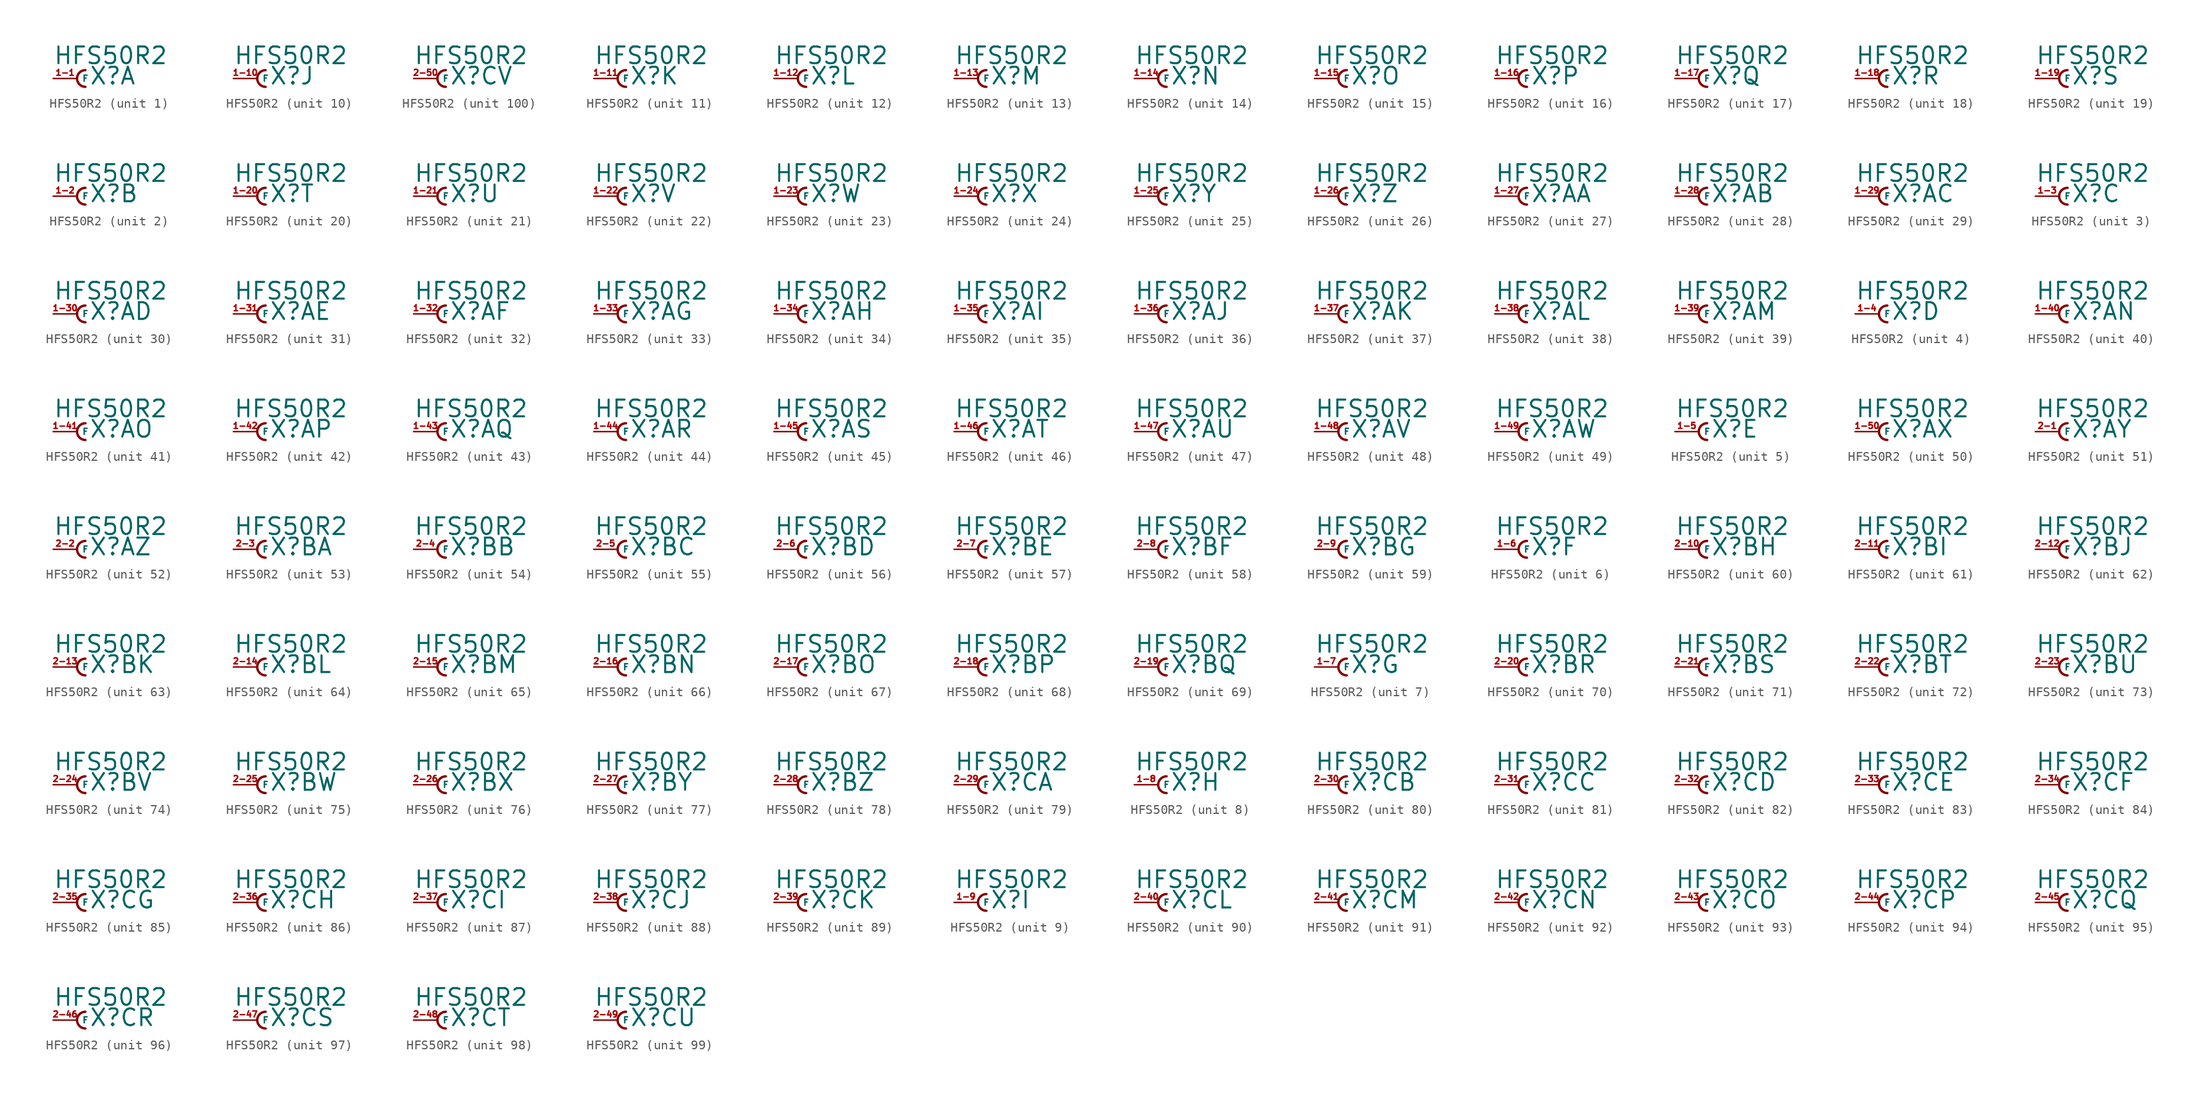
<source format=kicad_sym>
(kicad_symbol_lib
  (version 20220914)
  (generator Eagle2Kicad)
  (symbol "HFS50R2"
    (property "Reference" "X"
      (at 1.27 -0.762 0)
      (effects (font (size 1.778 1.778) (thickness 0.22)) (justify left bottom)))
    (property "Value" "HFS50R2"
      (at -2.54 1.397 0)
      (effects (font (size 1.778 1.778) (thickness 0.22)) (justify left bottom)))
    (symbol "HFS50R2_1_0"
      (arc (start 0.889 0.889) (mid 0.000 0.000) (end 0.889 -0.889) (stroke (width 0.254) (type default)) (fill (type none)))
      (pin passive line (at -2.54 0 0) (length 2.54) (name "F" (effects (font (size 0.635 0.635) (thickness 0.08)) (justify left bottom))) (number "1-1" (effects (font (size 0.635 0.635) (thickness 0.08)) (justify left bottom)))))
    (symbol "HFS50R2_2_0"
      (arc (start 0.889 0.889) (mid 0.000 0.000) (end 0.889 -0.889) (stroke (width 0.254) (type default)) (fill (type none)))
      (pin passive line (at -2.54 0 0) (length 2.54) (name "F" (effects (font (size 0.635 0.635) (thickness 0.08)) (justify left bottom))) (number "1-2" (effects (font (size 0.635 0.635) (thickness 0.08)) (justify left bottom)))))
    (symbol "HFS50R2_3_0"
      (arc (start 0.889 0.889) (mid 0.000 0.000) (end 0.889 -0.889) (stroke (width 0.254) (type default)) (fill (type none)))
      (pin passive line (at -2.54 0 0) (length 2.54) (name "F" (effects (font (size 0.635 0.635) (thickness 0.08)) (justify left bottom))) (number "1-3" (effects (font (size 0.635 0.635) (thickness 0.08)) (justify left bottom)))))
    (symbol "HFS50R2_4_0"
      (arc (start 0.889 0.889) (mid 0.000 0.000) (end 0.889 -0.889) (stroke (width 0.254) (type default)) (fill (type none)))
      (pin passive line (at -2.54 0 0) (length 2.54) (name "F" (effects (font (size 0.635 0.635) (thickness 0.08)) (justify left bottom))) (number "1-4" (effects (font (size 0.635 0.635) (thickness 0.08)) (justify left bottom)))))
    (symbol "HFS50R2_5_0"
      (arc (start 0.889 0.889) (mid 0.000 0.000) (end 0.889 -0.889) (stroke (width 0.254) (type default)) (fill (type none)))
      (pin passive line (at -2.54 0 0) (length 2.54) (name "F" (effects (font (size 0.635 0.635) (thickness 0.08)) (justify left bottom))) (number "1-5" (effects (font (size 0.635 0.635) (thickness 0.08)) (justify left bottom)))))
    (symbol "HFS50R2_6_0"
      (arc (start 0.889 0.889) (mid 0.000 0.000) (end 0.889 -0.889) (stroke (width 0.254) (type default)) (fill (type none)))
      (pin passive line (at -2.54 0 0) (length 2.54) (name "F" (effects (font (size 0.635 0.635) (thickness 0.08)) (justify left bottom))) (number "1-6" (effects (font (size 0.635 0.635) (thickness 0.08)) (justify left bottom)))))
    (symbol "HFS50R2_7_0"
      (arc (start 0.889 0.889) (mid 0.000 0.000) (end 0.889 -0.889) (stroke (width 0.254) (type default)) (fill (type none)))
      (pin passive line (at -2.54 0 0) (length 2.54) (name "F" (effects (font (size 0.635 0.635) (thickness 0.08)) (justify left bottom))) (number "1-7" (effects (font (size 0.635 0.635) (thickness 0.08)) (justify left bottom)))))
    (symbol "HFS50R2_8_0"
      (arc (start 0.889 0.889) (mid 0.000 0.000) (end 0.889 -0.889) (stroke (width 0.254) (type default)) (fill (type none)))
      (pin passive line (at -2.54 0 0) (length 2.54) (name "F" (effects (font (size 0.635 0.635) (thickness 0.08)) (justify left bottom))) (number "1-8" (effects (font (size 0.635 0.635) (thickness 0.08)) (justify left bottom)))))
    (symbol "HFS50R2_9_0"
      (arc (start 0.889 0.889) (mid 0.000 0.000) (end 0.889 -0.889) (stroke (width 0.254) (type default)) (fill (type none)))
      (pin passive line (at -2.54 0 0) (length 2.54) (name "F" (effects (font (size 0.635 0.635) (thickness 0.08)) (justify left bottom))) (number "1-9" (effects (font (size 0.635 0.635) (thickness 0.08)) (justify left bottom)))))
    (symbol "HFS50R2_10_0"
      (arc (start 0.889 0.889) (mid 0.000 0.000) (end 0.889 -0.889) (stroke (width 0.254) (type default)) (fill (type none)))
      (pin passive line (at -2.54 0 0) (length 2.54) (name "F" (effects (font (size 0.635 0.635) (thickness 0.08)) (justify left bottom))) (number "1-10" (effects (font (size 0.635 0.635) (thickness 0.08)) (justify left bottom)))))
    (symbol "HFS50R2_11_0"
      (arc (start 0.889 0.889) (mid 0.000 0.000) (end 0.889 -0.889) (stroke (width 0.254) (type default)) (fill (type none)))
      (pin passive line (at -2.54 0 0) (length 2.54) (name "F" (effects (font (size 0.635 0.635) (thickness 0.08)) (justify left bottom))) (number "1-11" (effects (font (size 0.635 0.635) (thickness 0.08)) (justify left bottom)))))
    (symbol "HFS50R2_12_0"
      (arc (start 0.889 0.889) (mid 0.000 0.000) (end 0.889 -0.889) (stroke (width 0.254) (type default)) (fill (type none)))
      (pin passive line (at -2.54 0 0) (length 2.54) (name "F" (effects (font (size 0.635 0.635) (thickness 0.08)) (justify left bottom))) (number "1-12" (effects (font (size 0.635 0.635) (thickness 0.08)) (justify left bottom)))))
    (symbol "HFS50R2_13_0"
      (arc (start 0.889 0.889) (mid 0.000 0.000) (end 0.889 -0.889) (stroke (width 0.254) (type default)) (fill (type none)))
      (pin passive line (at -2.54 0 0) (length 2.54) (name "F" (effects (font (size 0.635 0.635) (thickness 0.08)) (justify left bottom))) (number "1-13" (effects (font (size 0.635 0.635) (thickness 0.08)) (justify left bottom)))))
    (symbol "HFS50R2_14_0"
      (arc (start 0.889 0.889) (mid 0.000 0.000) (end 0.889 -0.889) (stroke (width 0.254) (type default)) (fill (type none)))
      (pin passive line (at -2.54 0 0) (length 2.54) (name "F" (effects (font (size 0.635 0.635) (thickness 0.08)) (justify left bottom))) (number "1-14" (effects (font (size 0.635 0.635) (thickness 0.08)) (justify left bottom)))))
    (symbol "HFS50R2_15_0"
      (arc (start 0.889 0.889) (mid 0.000 0.000) (end 0.889 -0.889) (stroke (width 0.254) (type default)) (fill (type none)))
      (pin passive line (at -2.54 0 0) (length 2.54) (name "F" (effects (font (size 0.635 0.635) (thickness 0.08)) (justify left bottom))) (number "1-15" (effects (font (size 0.635 0.635) (thickness 0.08)) (justify left bottom)))))
    (symbol "HFS50R2_16_0"
      (arc (start 0.889 0.889) (mid 0.000 0.000) (end 0.889 -0.889) (stroke (width 0.254) (type default)) (fill (type none)))
      (pin passive line (at -2.54 0 0) (length 2.54) (name "F" (effects (font (size 0.635 0.635) (thickness 0.08)) (justify left bottom))) (number "1-16" (effects (font (size 0.635 0.635) (thickness 0.08)) (justify left bottom)))))
    (symbol "HFS50R2_17_0"
      (arc (start 0.889 0.889) (mid 0.000 0.000) (end 0.889 -0.889) (stroke (width 0.254) (type default)) (fill (type none)))
      (pin passive line (at -2.54 0 0) (length 2.54) (name "F" (effects (font (size 0.635 0.635) (thickness 0.08)) (justify left bottom))) (number "1-17" (effects (font (size 0.635 0.635) (thickness 0.08)) (justify left bottom)))))
    (symbol "HFS50R2_18_0"
      (arc (start 0.889 0.889) (mid 0.000 0.000) (end 0.889 -0.889) (stroke (width 0.254) (type default)) (fill (type none)))
      (pin passive line (at -2.54 0 0) (length 2.54) (name "F" (effects (font (size 0.635 0.635) (thickness 0.08)) (justify left bottom))) (number "1-18" (effects (font (size 0.635 0.635) (thickness 0.08)) (justify left bottom)))))
    (symbol "HFS50R2_19_0"
      (arc (start 0.889 0.889) (mid 0.000 0.000) (end 0.889 -0.889) (stroke (width 0.254) (type default)) (fill (type none)))
      (pin passive line (at -2.54 0 0) (length 2.54) (name "F" (effects (font (size 0.635 0.635) (thickness 0.08)) (justify left bottom))) (number "1-19" (effects (font (size 0.635 0.635) (thickness 0.08)) (justify left bottom)))))
    (symbol "HFS50R2_20_0"
      (arc (start 0.889 0.889) (mid 0.000 0.000) (end 0.889 -0.889) (stroke (width 0.254) (type default)) (fill (type none)))
      (pin passive line (at -2.54 0 0) (length 2.54) (name "F" (effects (font (size 0.635 0.635) (thickness 0.08)) (justify left bottom))) (number "1-20" (effects (font (size 0.635 0.635) (thickness 0.08)) (justify left bottom)))))
    (symbol "HFS50R2_21_0"
      (arc (start 0.889 0.889) (mid 0.000 0.000) (end 0.889 -0.889) (stroke (width 0.254) (type default)) (fill (type none)))
      (pin passive line (at -2.54 0 0) (length 2.54) (name "F" (effects (font (size 0.635 0.635) (thickness 0.08)) (justify left bottom))) (number "1-21" (effects (font (size 0.635 0.635) (thickness 0.08)) (justify left bottom)))))
    (symbol "HFS50R2_22_0"
      (arc (start 0.889 0.889) (mid 0.000 0.000) (end 0.889 -0.889) (stroke (width 0.254) (type default)) (fill (type none)))
      (pin passive line (at -2.54 0 0) (length 2.54) (name "F" (effects (font (size 0.635 0.635) (thickness 0.08)) (justify left bottom))) (number "1-22" (effects (font (size 0.635 0.635) (thickness 0.08)) (justify left bottom)))))
    (symbol "HFS50R2_23_0"
      (arc (start 0.889 0.889) (mid 0.000 0.000) (end 0.889 -0.889) (stroke (width 0.254) (type default)) (fill (type none)))
      (pin passive line (at -2.54 0 0) (length 2.54) (name "F" (effects (font (size 0.635 0.635) (thickness 0.08)) (justify left bottom))) (number "1-23" (effects (font (size 0.635 0.635) (thickness 0.08)) (justify left bottom)))))
    (symbol "HFS50R2_24_0"
      (arc (start 0.889 0.889) (mid 0.000 0.000) (end 0.889 -0.889) (stroke (width 0.254) (type default)) (fill (type none)))
      (pin passive line (at -2.54 0 0) (length 2.54) (name "F" (effects (font (size 0.635 0.635) (thickness 0.08)) (justify left bottom))) (number "1-24" (effects (font (size 0.635 0.635) (thickness 0.08)) (justify left bottom)))))
    (symbol "HFS50R2_25_0"
      (arc (start 0.889 0.889) (mid 0.000 0.000) (end 0.889 -0.889) (stroke (width 0.254) (type default)) (fill (type none)))
      (pin passive line (at -2.54 0 0) (length 2.54) (name "F" (effects (font (size 0.635 0.635) (thickness 0.08)) (justify left bottom))) (number "1-25" (effects (font (size 0.635 0.635) (thickness 0.08)) (justify left bottom)))))
    (symbol "HFS50R2_26_0"
      (arc (start 0.889 0.889) (mid 0.000 0.000) (end 0.889 -0.889) (stroke (width 0.254) (type default)) (fill (type none)))
      (pin passive line (at -2.54 0 0) (length 2.54) (name "F" (effects (font (size 0.635 0.635) (thickness 0.08)) (justify left bottom))) (number "1-26" (effects (font (size 0.635 0.635) (thickness 0.08)) (justify left bottom)))))
    (symbol "HFS50R2_27_0"
      (arc (start 0.889 0.889) (mid 0.000 0.000) (end 0.889 -0.889) (stroke (width 0.254) (type default)) (fill (type none)))
      (pin passive line (at -2.54 0 0) (length 2.54) (name "F" (effects (font (size 0.635 0.635) (thickness 0.08)) (justify left bottom))) (number "1-27" (effects (font (size 0.635 0.635) (thickness 0.08)) (justify left bottom)))))
    (symbol "HFS50R2_28_0"
      (arc (start 0.889 0.889) (mid 0.000 0.000) (end 0.889 -0.889) (stroke (width 0.254) (type default)) (fill (type none)))
      (pin passive line (at -2.54 0 0) (length 2.54) (name "F" (effects (font (size 0.635 0.635) (thickness 0.08)) (justify left bottom))) (number "1-28" (effects (font (size 0.635 0.635) (thickness 0.08)) (justify left bottom)))))
    (symbol "HFS50R2_29_0"
      (arc (start 0.889 0.889) (mid 0.000 0.000) (end 0.889 -0.889) (stroke (width 0.254) (type default)) (fill (type none)))
      (pin passive line (at -2.54 0 0) (length 2.54) (name "F" (effects (font (size 0.635 0.635) (thickness 0.08)) (justify left bottom))) (number "1-29" (effects (font (size 0.635 0.635) (thickness 0.08)) (justify left bottom)))))
    (symbol "HFS50R2_30_0"
      (arc (start 0.889 0.889) (mid 0.000 0.000) (end 0.889 -0.889) (stroke (width 0.254) (type default)) (fill (type none)))
      (pin passive line (at -2.54 0 0) (length 2.54) (name "F" (effects (font (size 0.635 0.635) (thickness 0.08)) (justify left bottom))) (number "1-30" (effects (font (size 0.635 0.635) (thickness 0.08)) (justify left bottom)))))
    (symbol "HFS50R2_31_0"
      (arc (start 0.889 0.889) (mid 0.000 0.000) (end 0.889 -0.889) (stroke (width 0.254) (type default)) (fill (type none)))
      (pin passive line (at -2.54 0 0) (length 2.54) (name "F" (effects (font (size 0.635 0.635) (thickness 0.08)) (justify left bottom))) (number "1-31" (effects (font (size 0.635 0.635) (thickness 0.08)) (justify left bottom)))))
    (symbol "HFS50R2_32_0"
      (arc (start 0.889 0.889) (mid 0.000 0.000) (end 0.889 -0.889) (stroke (width 0.254) (type default)) (fill (type none)))
      (pin passive line (at -2.54 0 0) (length 2.54) (name "F" (effects (font (size 0.635 0.635) (thickness 0.08)) (justify left bottom))) (number "1-32" (effects (font (size 0.635 0.635) (thickness 0.08)) (justify left bottom)))))
    (symbol "HFS50R2_33_0"
      (arc (start 0.889 0.889) (mid 0.000 0.000) (end 0.889 -0.889) (stroke (width 0.254) (type default)) (fill (type none)))
      (pin passive line (at -2.54 0 0) (length 2.54) (name "F" (effects (font (size 0.635 0.635) (thickness 0.08)) (justify left bottom))) (number "1-33" (effects (font (size 0.635 0.635) (thickness 0.08)) (justify left bottom)))))
    (symbol "HFS50R2_34_0"
      (arc (start 0.889 0.889) (mid 0.000 0.000) (end 0.889 -0.889) (stroke (width 0.254) (type default)) (fill (type none)))
      (pin passive line (at -2.54 0 0) (length 2.54) (name "F" (effects (font (size 0.635 0.635) (thickness 0.08)) (justify left bottom))) (number "1-34" (effects (font (size 0.635 0.635) (thickness 0.08)) (justify left bottom)))))
    (symbol "HFS50R2_35_0"
      (arc (start 0.889 0.889) (mid 0.000 0.000) (end 0.889 -0.889) (stroke (width 0.254) (type default)) (fill (type none)))
      (pin passive line (at -2.54 0 0) (length 2.54) (name "F" (effects (font (size 0.635 0.635) (thickness 0.08)) (justify left bottom))) (number "1-35" (effects (font (size 0.635 0.635) (thickness 0.08)) (justify left bottom)))))
    (symbol "HFS50R2_36_0"
      (arc (start 0.889 0.889) (mid 0.000 0.000) (end 0.889 -0.889) (stroke (width 0.254) (type default)) (fill (type none)))
      (pin passive line (at -2.54 0 0) (length 2.54) (name "F" (effects (font (size 0.635 0.635) (thickness 0.08)) (justify left bottom))) (number "1-36" (effects (font (size 0.635 0.635) (thickness 0.08)) (justify left bottom)))))
    (symbol "HFS50R2_37_0"
      (arc (start 0.889 0.889) (mid 0.000 0.000) (end 0.889 -0.889) (stroke (width 0.254) (type default)) (fill (type none)))
      (pin passive line (at -2.54 0 0) (length 2.54) (name "F" (effects (font (size 0.635 0.635) (thickness 0.08)) (justify left bottom))) (number "1-37" (effects (font (size 0.635 0.635) (thickness 0.08)) (justify left bottom)))))
    (symbol "HFS50R2_38_0"
      (arc (start 0.889 0.889) (mid 0.000 0.000) (end 0.889 -0.889) (stroke (width 0.254) (type default)) (fill (type none)))
      (pin passive line (at -2.54 0 0) (length 2.54) (name "F" (effects (font (size 0.635 0.635) (thickness 0.08)) (justify left bottom))) (number "1-38" (effects (font (size 0.635 0.635) (thickness 0.08)) (justify left bottom)))))
    (symbol "HFS50R2_39_0"
      (arc (start 0.889 0.889) (mid 0.000 0.000) (end 0.889 -0.889) (stroke (width 0.254) (type default)) (fill (type none)))
      (pin passive line (at -2.54 0 0) (length 2.54) (name "F" (effects (font (size 0.635 0.635) (thickness 0.08)) (justify left bottom))) (number "1-39" (effects (font (size 0.635 0.635) (thickness 0.08)) (justify left bottom)))))
    (symbol "HFS50R2_40_0"
      (arc (start 0.889 0.889) (mid 0.000 0.000) (end 0.889 -0.889) (stroke (width 0.254) (type default)) (fill (type none)))
      (pin passive line (at -2.54 0 0) (length 2.54) (name "F" (effects (font (size 0.635 0.635) (thickness 0.08)) (justify left bottom))) (number "1-40" (effects (font (size 0.635 0.635) (thickness 0.08)) (justify left bottom)))))
    (symbol "HFS50R2_41_0"
      (arc (start 0.889 0.889) (mid 0.000 0.000) (end 0.889 -0.889) (stroke (width 0.254) (type default)) (fill (type none)))
      (pin passive line (at -2.54 0 0) (length 2.54) (name "F" (effects (font (size 0.635 0.635) (thickness 0.08)) (justify left bottom))) (number "1-41" (effects (font (size 0.635 0.635) (thickness 0.08)) (justify left bottom)))))
    (symbol "HFS50R2_42_0"
      (arc (start 0.889 0.889) (mid 0.000 0.000) (end 0.889 -0.889) (stroke (width 0.254) (type default)) (fill (type none)))
      (pin passive line (at -2.54 0 0) (length 2.54) (name "F" (effects (font (size 0.635 0.635) (thickness 0.08)) (justify left bottom))) (number "1-42" (effects (font (size 0.635 0.635) (thickness 0.08)) (justify left bottom)))))
    (symbol "HFS50R2_43_0"
      (arc (start 0.889 0.889) (mid 0.000 0.000) (end 0.889 -0.889) (stroke (width 0.254) (type default)) (fill (type none)))
      (pin passive line (at -2.54 0 0) (length 2.54) (name "F" (effects (font (size 0.635 0.635) (thickness 0.08)) (justify left bottom))) (number "1-43" (effects (font (size 0.635 0.635) (thickness 0.08)) (justify left bottom)))))
    (symbol "HFS50R2_44_0"
      (arc (start 0.889 0.889) (mid 0.000 0.000) (end 0.889 -0.889) (stroke (width 0.254) (type default)) (fill (type none)))
      (pin passive line (at -2.54 0 0) (length 2.54) (name "F" (effects (font (size 0.635 0.635) (thickness 0.08)) (justify left bottom))) (number "1-44" (effects (font (size 0.635 0.635) (thickness 0.08)) (justify left bottom)))))
    (symbol "HFS50R2_45_0"
      (arc (start 0.889 0.889) (mid 0.000 0.000) (end 0.889 -0.889) (stroke (width 0.254) (type default)) (fill (type none)))
      (pin passive line (at -2.54 0 0) (length 2.54) (name "F" (effects (font (size 0.635 0.635) (thickness 0.08)) (justify left bottom))) (number "1-45" (effects (font (size 0.635 0.635) (thickness 0.08)) (justify left bottom)))))
    (symbol "HFS50R2_46_0"
      (arc (start 0.889 0.889) (mid 0.000 0.000) (end 0.889 -0.889) (stroke (width 0.254) (type default)) (fill (type none)))
      (pin passive line (at -2.54 0 0) (length 2.54) (name "F" (effects (font (size 0.635 0.635) (thickness 0.08)) (justify left bottom))) (number "1-46" (effects (font (size 0.635 0.635) (thickness 0.08)) (justify left bottom)))))
    (symbol "HFS50R2_47_0"
      (arc (start 0.889 0.889) (mid 0.000 0.000) (end 0.889 -0.889) (stroke (width 0.254) (type default)) (fill (type none)))
      (pin passive line (at -2.54 0 0) (length 2.54) (name "F" (effects (font (size 0.635 0.635) (thickness 0.08)) (justify left bottom))) (number "1-47" (effects (font (size 0.635 0.635) (thickness 0.08)) (justify left bottom)))))
    (symbol "HFS50R2_48_0"
      (arc (start 0.889 0.889) (mid 0.000 0.000) (end 0.889 -0.889) (stroke (width 0.254) (type default)) (fill (type none)))
      (pin passive line (at -2.54 0 0) (length 2.54) (name "F" (effects (font (size 0.635 0.635) (thickness 0.08)) (justify left bottom))) (number "1-48" (effects (font (size 0.635 0.635) (thickness 0.08)) (justify left bottom)))))
    (symbol "HFS50R2_49_0"
      (arc (start 0.889 0.889) (mid 0.000 0.000) (end 0.889 -0.889) (stroke (width 0.254) (type default)) (fill (type none)))
      (pin passive line (at -2.54 0 0) (length 2.54) (name "F" (effects (font (size 0.635 0.635) (thickness 0.08)) (justify left bottom))) (number "1-49" (effects (font (size 0.635 0.635) (thickness 0.08)) (justify left bottom)))))
    (symbol "HFS50R2_50_0"
      (arc (start 0.889 0.889) (mid 0.000 0.000) (end 0.889 -0.889) (stroke (width 0.254) (type default)) (fill (type none)))
      (pin passive line (at -2.54 0 0) (length 2.54) (name "F" (effects (font (size 0.635 0.635) (thickness 0.08)) (justify left bottom))) (number "1-50" (effects (font (size 0.635 0.635) (thickness 0.08)) (justify left bottom)))))
    (symbol "HFS50R2_51_0"
      (arc (start 0.889 0.889) (mid 0.000 0.000) (end 0.889 -0.889) (stroke (width 0.254) (type default)) (fill (type none)))
      (pin passive line (at -2.54 0 0) (length 2.54) (name "F" (effects (font (size 0.635 0.635) (thickness 0.08)) (justify left bottom))) (number "2-1" (effects (font (size 0.635 0.635) (thickness 0.08)) (justify left bottom)))))
    (symbol "HFS50R2_52_0"
      (arc (start 0.889 0.889) (mid 0.000 0.000) (end 0.889 -0.889) (stroke (width 0.254) (type default)) (fill (type none)))
      (pin passive line (at -2.54 0 0) (length 2.54) (name "F" (effects (font (size 0.635 0.635) (thickness 0.08)) (justify left bottom))) (number "2-2" (effects (font (size 0.635 0.635) (thickness 0.08)) (justify left bottom)))))
    (symbol "HFS50R2_53_0"
      (arc (start 0.889 0.889) (mid 0.000 0.000) (end 0.889 -0.889) (stroke (width 0.254) (type default)) (fill (type none)))
      (pin passive line (at -2.54 0 0) (length 2.54) (name "F" (effects (font (size 0.635 0.635) (thickness 0.08)) (justify left bottom))) (number "2-3" (effects (font (size 0.635 0.635) (thickness 0.08)) (justify left bottom)))))
    (symbol "HFS50R2_54_0"
      (arc (start 0.889 0.889) (mid 0.000 0.000) (end 0.889 -0.889) (stroke (width 0.254) (type default)) (fill (type none)))
      (pin passive line (at -2.54 0 0) (length 2.54) (name "F" (effects (font (size 0.635 0.635) (thickness 0.08)) (justify left bottom))) (number "2-4" (effects (font (size 0.635 0.635) (thickness 0.08)) (justify left bottom)))))
    (symbol "HFS50R2_55_0"
      (arc (start 0.889 0.889) (mid 0.000 0.000) (end 0.889 -0.889) (stroke (width 0.254) (type default)) (fill (type none)))
      (pin passive line (at -2.54 0 0) (length 2.54) (name "F" (effects (font (size 0.635 0.635) (thickness 0.08)) (justify left bottom))) (number "2-5" (effects (font (size 0.635 0.635) (thickness 0.08)) (justify left bottom)))))
    (symbol "HFS50R2_56_0"
      (arc (start 0.889 0.889) (mid 0.000 0.000) (end 0.889 -0.889) (stroke (width 0.254) (type default)) (fill (type none)))
      (pin passive line (at -2.54 0 0) (length 2.54) (name "F" (effects (font (size 0.635 0.635) (thickness 0.08)) (justify left bottom))) (number "2-6" (effects (font (size 0.635 0.635) (thickness 0.08)) (justify left bottom)))))
    (symbol "HFS50R2_57_0"
      (arc (start 0.889 0.889) (mid 0.000 0.000) (end 0.889 -0.889) (stroke (width 0.254) (type default)) (fill (type none)))
      (pin passive line (at -2.54 0 0) (length 2.54) (name "F" (effects (font (size 0.635 0.635) (thickness 0.08)) (justify left bottom))) (number "2-7" (effects (font (size 0.635 0.635) (thickness 0.08)) (justify left bottom)))))
    (symbol "HFS50R2_58_0"
      (arc (start 0.889 0.889) (mid 0.000 0.000) (end 0.889 -0.889) (stroke (width 0.254) (type default)) (fill (type none)))
      (pin passive line (at -2.54 0 0) (length 2.54) (name "F" (effects (font (size 0.635 0.635) (thickness 0.08)) (justify left bottom))) (number "2-8" (effects (font (size 0.635 0.635) (thickness 0.08)) (justify left bottom)))))
    (symbol "HFS50R2_59_0"
      (arc (start 0.889 0.889) (mid 0.000 0.000) (end 0.889 -0.889) (stroke (width 0.254) (type default)) (fill (type none)))
      (pin passive line (at -2.54 0 0) (length 2.54) (name "F" (effects (font (size 0.635 0.635) (thickness 0.08)) (justify left bottom))) (number "2-9" (effects (font (size 0.635 0.635) (thickness 0.08)) (justify left bottom)))))
    (symbol "HFS50R2_60_0"
      (arc (start 0.889 0.889) (mid 0.000 0.000) (end 0.889 -0.889) (stroke (width 0.254) (type default)) (fill (type none)))
      (pin passive line (at -2.54 0 0) (length 2.54) (name "F" (effects (font (size 0.635 0.635) (thickness 0.08)) (justify left bottom))) (number "2-10" (effects (font (size 0.635 0.635) (thickness 0.08)) (justify left bottom)))))
    (symbol "HFS50R2_61_0"
      (arc (start 0.889 0.889) (mid 0.000 0.000) (end 0.889 -0.889) (stroke (width 0.254) (type default)) (fill (type none)))
      (pin passive line (at -2.54 0 0) (length 2.54) (name "F" (effects (font (size 0.635 0.635) (thickness 0.08)) (justify left bottom))) (number "2-11" (effects (font (size 0.635 0.635) (thickness 0.08)) (justify left bottom)))))
    (symbol "HFS50R2_62_0"
      (arc (start 0.889 0.889) (mid 0.000 0.000) (end 0.889 -0.889) (stroke (width 0.254) (type default)) (fill (type none)))
      (pin passive line (at -2.54 0 0) (length 2.54) (name "F" (effects (font (size 0.635 0.635) (thickness 0.08)) (justify left bottom))) (number "2-12" (effects (font (size 0.635 0.635) (thickness 0.08)) (justify left bottom)))))
    (symbol "HFS50R2_63_0"
      (arc (start 0.889 0.889) (mid 0.000 0.000) (end 0.889 -0.889) (stroke (width 0.254) (type default)) (fill (type none)))
      (pin passive line (at -2.54 0 0) (length 2.54) (name "F" (effects (font (size 0.635 0.635) (thickness 0.08)) (justify left bottom))) (number "2-13" (effects (font (size 0.635 0.635) (thickness 0.08)) (justify left bottom)))))
    (symbol "HFS50R2_64_0"
      (arc (start 0.889 0.889) (mid 0.000 0.000) (end 0.889 -0.889) (stroke (width 0.254) (type default)) (fill (type none)))
      (pin passive line (at -2.54 0 0) (length 2.54) (name "F" (effects (font (size 0.635 0.635) (thickness 0.08)) (justify left bottom))) (number "2-14" (effects (font (size 0.635 0.635) (thickness 0.08)) (justify left bottom)))))
    (symbol "HFS50R2_65_0"
      (arc (start 0.889 0.889) (mid 0.000 0.000) (end 0.889 -0.889) (stroke (width 0.254) (type default)) (fill (type none)))
      (pin passive line (at -2.54 0 0) (length 2.54) (name "F" (effects (font (size 0.635 0.635) (thickness 0.08)) (justify left bottom))) (number "2-15" (effects (font (size 0.635 0.635) (thickness 0.08)) (justify left bottom)))))
    (symbol "HFS50R2_66_0"
      (arc (start 0.889 0.889) (mid 0.000 0.000) (end 0.889 -0.889) (stroke (width 0.254) (type default)) (fill (type none)))
      (pin passive line (at -2.54 0 0) (length 2.54) (name "F" (effects (font (size 0.635 0.635) (thickness 0.08)) (justify left bottom))) (number "2-16" (effects (font (size 0.635 0.635) (thickness 0.08)) (justify left bottom)))))
    (symbol "HFS50R2_67_0"
      (arc (start 0.889 0.889) (mid 0.000 0.000) (end 0.889 -0.889) (stroke (width 0.254) (type default)) (fill (type none)))
      (pin passive line (at -2.54 0 0) (length 2.54) (name "F" (effects (font (size 0.635 0.635) (thickness 0.08)) (justify left bottom))) (number "2-17" (effects (font (size 0.635 0.635) (thickness 0.08)) (justify left bottom)))))
    (symbol "HFS50R2_68_0"
      (arc (start 0.889 0.889) (mid 0.000 0.000) (end 0.889 -0.889) (stroke (width 0.254) (type default)) (fill (type none)))
      (pin passive line (at -2.54 0 0) (length 2.54) (name "F" (effects (font (size 0.635 0.635) (thickness 0.08)) (justify left bottom))) (number "2-18" (effects (font (size 0.635 0.635) (thickness 0.08)) (justify left bottom)))))
    (symbol "HFS50R2_69_0"
      (arc (start 0.889 0.889) (mid 0.000 0.000) (end 0.889 -0.889) (stroke (width 0.254) (type default)) (fill (type none)))
      (pin passive line (at -2.54 0 0) (length 2.54) (name "F" (effects (font (size 0.635 0.635) (thickness 0.08)) (justify left bottom))) (number "2-19" (effects (font (size 0.635 0.635) (thickness 0.08)) (justify left bottom)))))
    (symbol "HFS50R2_70_0"
      (arc (start 0.889 0.889) (mid 0.000 0.000) (end 0.889 -0.889) (stroke (width 0.254) (type default)) (fill (type none)))
      (pin passive line (at -2.54 0 0) (length 2.54) (name "F" (effects (font (size 0.635 0.635) (thickness 0.08)) (justify left bottom))) (number "2-20" (effects (font (size 0.635 0.635) (thickness 0.08)) (justify left bottom)))))
    (symbol "HFS50R2_71_0"
      (arc (start 0.889 0.889) (mid 0.000 0.000) (end 0.889 -0.889) (stroke (width 0.254) (type default)) (fill (type none)))
      (pin passive line (at -2.54 0 0) (length 2.54) (name "F" (effects (font (size 0.635 0.635) (thickness 0.08)) (justify left bottom))) (number "2-21" (effects (font (size 0.635 0.635) (thickness 0.08)) (justify left bottom)))))
    (symbol "HFS50R2_72_0"
      (arc (start 0.889 0.889) (mid 0.000 0.000) (end 0.889 -0.889) (stroke (width 0.254) (type default)) (fill (type none)))
      (pin passive line (at -2.54 0 0) (length 2.54) (name "F" (effects (font (size 0.635 0.635) (thickness 0.08)) (justify left bottom))) (number "2-22" (effects (font (size 0.635 0.635) (thickness 0.08)) (justify left bottom)))))
    (symbol "HFS50R2_73_0"
      (arc (start 0.889 0.889) (mid 0.000 0.000) (end 0.889 -0.889) (stroke (width 0.254) (type default)) (fill (type none)))
      (pin passive line (at -2.54 0 0) (length 2.54) (name "F" (effects (font (size 0.635 0.635) (thickness 0.08)) (justify left bottom))) (number "2-23" (effects (font (size 0.635 0.635) (thickness 0.08)) (justify left bottom)))))
    (symbol "HFS50R2_74_0"
      (arc (start 0.889 0.889) (mid 0.000 0.000) (end 0.889 -0.889) (stroke (width 0.254) (type default)) (fill (type none)))
      (pin passive line (at -2.54 0 0) (length 2.54) (name "F" (effects (font (size 0.635 0.635) (thickness 0.08)) (justify left bottom))) (number "2-24" (effects (font (size 0.635 0.635) (thickness 0.08)) (justify left bottom)))))
    (symbol "HFS50R2_75_0"
      (arc (start 0.889 0.889) (mid 0.000 0.000) (end 0.889 -0.889) (stroke (width 0.254) (type default)) (fill (type none)))
      (pin passive line (at -2.54 0 0) (length 2.54) (name "F" (effects (font (size 0.635 0.635) (thickness 0.08)) (justify left bottom))) (number "2-25" (effects (font (size 0.635 0.635) (thickness 0.08)) (justify left bottom)))))
    (symbol "HFS50R2_76_0"
      (arc (start 0.889 0.889) (mid 0.000 0.000) (end 0.889 -0.889) (stroke (width 0.254) (type default)) (fill (type none)))
      (pin passive line (at -2.54 0 0) (length 2.54) (name "F" (effects (font (size 0.635 0.635) (thickness 0.08)) (justify left bottom))) (number "2-26" (effects (font (size 0.635 0.635) (thickness 0.08)) (justify left bottom)))))
    (symbol "HFS50R2_77_0"
      (arc (start 0.889 0.889) (mid 0.000 0.000) (end 0.889 -0.889) (stroke (width 0.254) (type default)) (fill (type none)))
      (pin passive line (at -2.54 0 0) (length 2.54) (name "F" (effects (font (size 0.635 0.635) (thickness 0.08)) (justify left bottom))) (number "2-27" (effects (font (size 0.635 0.635) (thickness 0.08)) (justify left bottom)))))
    (symbol "HFS50R2_78_0"
      (arc (start 0.889 0.889) (mid 0.000 0.000) (end 0.889 -0.889) (stroke (width 0.254) (type default)) (fill (type none)))
      (pin passive line (at -2.54 0 0) (length 2.54) (name "F" (effects (font (size 0.635 0.635) (thickness 0.08)) (justify left bottom))) (number "2-28" (effects (font (size 0.635 0.635) (thickness 0.08)) (justify left bottom)))))
    (symbol "HFS50R2_79_0"
      (arc (start 0.889 0.889) (mid 0.000 0.000) (end 0.889 -0.889) (stroke (width 0.254) (type default)) (fill (type none)))
      (pin passive line (at -2.54 0 0) (length 2.54) (name "F" (effects (font (size 0.635 0.635) (thickness 0.08)) (justify left bottom))) (number "2-29" (effects (font (size 0.635 0.635) (thickness 0.08)) (justify left bottom)))))
    (symbol "HFS50R2_80_0"
      (arc (start 0.889 0.889) (mid 0.000 0.000) (end 0.889 -0.889) (stroke (width 0.254) (type default)) (fill (type none)))
      (pin passive line (at -2.54 0 0) (length 2.54) (name "F" (effects (font (size 0.635 0.635) (thickness 0.08)) (justify left bottom))) (number "2-30" (effects (font (size 0.635 0.635) (thickness 0.08)) (justify left bottom)))))
    (symbol "HFS50R2_81_0"
      (arc (start 0.889 0.889) (mid 0.000 0.000) (end 0.889 -0.889) (stroke (width 0.254) (type default)) (fill (type none)))
      (pin passive line (at -2.54 0 0) (length 2.54) (name "F" (effects (font (size 0.635 0.635) (thickness 0.08)) (justify left bottom))) (number "2-31" (effects (font (size 0.635 0.635) (thickness 0.08)) (justify left bottom)))))
    (symbol "HFS50R2_82_0"
      (arc (start 0.889 0.889) (mid 0.000 0.000) (end 0.889 -0.889) (stroke (width 0.254) (type default)) (fill (type none)))
      (pin passive line (at -2.54 0 0) (length 2.54) (name "F" (effects (font (size 0.635 0.635) (thickness 0.08)) (justify left bottom))) (number "2-32" (effects (font (size 0.635 0.635) (thickness 0.08)) (justify left bottom)))))
    (symbol "HFS50R2_83_0"
      (arc (start 0.889 0.889) (mid 0.000 0.000) (end 0.889 -0.889) (stroke (width 0.254) (type default)) (fill (type none)))
      (pin passive line (at -2.54 0 0) (length 2.54) (name "F" (effects (font (size 0.635 0.635) (thickness 0.08)) (justify left bottom))) (number "2-33" (effects (font (size 0.635 0.635) (thickness 0.08)) (justify left bottom)))))
    (symbol "HFS50R2_84_0"
      (arc (start 0.889 0.889) (mid 0.000 0.000) (end 0.889 -0.889) (stroke (width 0.254) (type default)) (fill (type none)))
      (pin passive line (at -2.54 0 0) (length 2.54) (name "F" (effects (font (size 0.635 0.635) (thickness 0.08)) (justify left bottom))) (number "2-34" (effects (font (size 0.635 0.635) (thickness 0.08)) (justify left bottom)))))
    (symbol "HFS50R2_85_0"
      (arc (start 0.889 0.889) (mid 0.000 0.000) (end 0.889 -0.889) (stroke (width 0.254) (type default)) (fill (type none)))
      (pin passive line (at -2.54 0 0) (length 2.54) (name "F" (effects (font (size 0.635 0.635) (thickness 0.08)) (justify left bottom))) (number "2-35" (effects (font (size 0.635 0.635) (thickness 0.08)) (justify left bottom)))))
    (symbol "HFS50R2_86_0"
      (arc (start 0.889 0.889) (mid 0.000 0.000) (end 0.889 -0.889) (stroke (width 0.254) (type default)) (fill (type none)))
      (pin passive line (at -2.54 0 0) (length 2.54) (name "F" (effects (font (size 0.635 0.635) (thickness 0.08)) (justify left bottom))) (number "2-36" (effects (font (size 0.635 0.635) (thickness 0.08)) (justify left bottom)))))
    (symbol "HFS50R2_87_0"
      (arc (start 0.889 0.889) (mid 0.000 0.000) (end 0.889 -0.889) (stroke (width 0.254) (type default)) (fill (type none)))
      (pin passive line (at -2.54 0 0) (length 2.54) (name "F" (effects (font (size 0.635 0.635) (thickness 0.08)) (justify left bottom))) (number "2-37" (effects (font (size 0.635 0.635) (thickness 0.08)) (justify left bottom)))))
    (symbol "HFS50R2_88_0"
      (arc (start 0.889 0.889) (mid 0.000 0.000) (end 0.889 -0.889) (stroke (width 0.254) (type default)) (fill (type none)))
      (pin passive line (at -2.54 0 0) (length 2.54) (name "F" (effects (font (size 0.635 0.635) (thickness 0.08)) (justify left bottom))) (number "2-38" (effects (font (size 0.635 0.635) (thickness 0.08)) (justify left bottom)))))
    (symbol "HFS50R2_89_0"
      (arc (start 0.889 0.889) (mid 0.000 0.000) (end 0.889 -0.889) (stroke (width 0.254) (type default)) (fill (type none)))
      (pin passive line (at -2.54 0 0) (length 2.54) (name "F" (effects (font (size 0.635 0.635) (thickness 0.08)) (justify left bottom))) (number "2-39" (effects (font (size 0.635 0.635) (thickness 0.08)) (justify left bottom)))))
    (symbol "HFS50R2_90_0"
      (arc (start 0.889 0.889) (mid 0.000 0.000) (end 0.889 -0.889) (stroke (width 0.254) (type default)) (fill (type none)))
      (pin passive line (at -2.54 0 0) (length 2.54) (name "F" (effects (font (size 0.635 0.635) (thickness 0.08)) (justify left bottom))) (number "2-40" (effects (font (size 0.635 0.635) (thickness 0.08)) (justify left bottom)))))
    (symbol "HFS50R2_91_0"
      (arc (start 0.889 0.889) (mid 0.000 0.000) (end 0.889 -0.889) (stroke (width 0.254) (type default)) (fill (type none)))
      (pin passive line (at -2.54 0 0) (length 2.54) (name "F" (effects (font (size 0.635 0.635) (thickness 0.08)) (justify left bottom))) (number "2-41" (effects (font (size 0.635 0.635) (thickness 0.08)) (justify left bottom)))))
    (symbol "HFS50R2_92_0"
      (arc (start 0.889 0.889) (mid 0.000 0.000) (end 0.889 -0.889) (stroke (width 0.254) (type default)) (fill (type none)))
      (pin passive line (at -2.54 0 0) (length 2.54) (name "F" (effects (font (size 0.635 0.635) (thickness 0.08)) (justify left bottom))) (number "2-42" (effects (font (size 0.635 0.635) (thickness 0.08)) (justify left bottom)))))
    (symbol "HFS50R2_93_0"
      (arc (start 0.889 0.889) (mid 0.000 0.000) (end 0.889 -0.889) (stroke (width 0.254) (type default)) (fill (type none)))
      (pin passive line (at -2.54 0 0) (length 2.54) (name "F" (effects (font (size 0.635 0.635) (thickness 0.08)) (justify left bottom))) (number "2-43" (effects (font (size 0.635 0.635) (thickness 0.08)) (justify left bottom)))))
    (symbol "HFS50R2_94_0"
      (arc (start 0.889 0.889) (mid 0.000 0.000) (end 0.889 -0.889) (stroke (width 0.254) (type default)) (fill (type none)))
      (pin passive line (at -2.54 0 0) (length 2.54) (name "F" (effects (font (size 0.635 0.635) (thickness 0.08)) (justify left bottom))) (number "2-44" (effects (font (size 0.635 0.635) (thickness 0.08)) (justify left bottom)))))
    (symbol "HFS50R2_95_0"
      (arc (start 0.889 0.889) (mid 0.000 0.000) (end 0.889 -0.889) (stroke (width 0.254) (type default)) (fill (type none)))
      (pin passive line (at -2.54 0 0) (length 2.54) (name "F" (effects (font (size 0.635 0.635) (thickness 0.08)) (justify left bottom))) (number "2-45" (effects (font (size 0.635 0.635) (thickness 0.08)) (justify left bottom)))))
    (symbol "HFS50R2_96_0"
      (arc (start 0.889 0.889) (mid 0.000 0.000) (end 0.889 -0.889) (stroke (width 0.254) (type default)) (fill (type none)))
      (pin passive line (at -2.54 0 0) (length 2.54) (name "F" (effects (font (size 0.635 0.635) (thickness 0.08)) (justify left bottom))) (number "2-46" (effects (font (size 0.635 0.635) (thickness 0.08)) (justify left bottom)))))
    (symbol "HFS50R2_97_0"
      (arc (start 0.889 0.889) (mid 0.000 0.000) (end 0.889 -0.889) (stroke (width 0.254) (type default)) (fill (type none)))
      (pin passive line (at -2.54 0 0) (length 2.54) (name "F" (effects (font (size 0.635 0.635) (thickness 0.08)) (justify left bottom))) (number "2-47" (effects (font (size 0.635 0.635) (thickness 0.08)) (justify left bottom)))))
    (symbol "HFS50R2_98_0"
      (arc (start 0.889 0.889) (mid 0.000 0.000) (end 0.889 -0.889) (stroke (width 0.254) (type default)) (fill (type none)))
      (pin passive line (at -2.54 0 0) (length 2.54) (name "F" (effects (font (size 0.635 0.635) (thickness 0.08)) (justify left bottom))) (number "2-48" (effects (font (size 0.635 0.635) (thickness 0.08)) (justify left bottom)))))
    (symbol "HFS50R2_99_0"
      (arc (start 0.889 0.889) (mid 0.000 0.000) (end 0.889 -0.889) (stroke (width 0.254) (type default)) (fill (type none)))
      (pin passive line (at -2.54 0 0) (length 2.54) (name "F" (effects (font (size 0.635 0.635) (thickness 0.08)) (justify left bottom))) (number "2-49" (effects (font (size 0.635 0.635) (thickness 0.08)) (justify left bottom)))))
    (symbol "HFS50R2_100_0"
      (arc (start 0.889 0.889) (mid 0.000 0.000) (end 0.889 -0.889) (stroke (width 0.254) (type default)) (fill (type none)))
      (pin passive line (at -2.54 0 0) (length 2.54) (name "F" (effects (font (size 0.635 0.635) (thickness 0.08)) (justify left bottom))) (number "2-50" (effects (font (size 0.635 0.635) (thickness 0.08)) (justify left bottom)))))))
</source>
